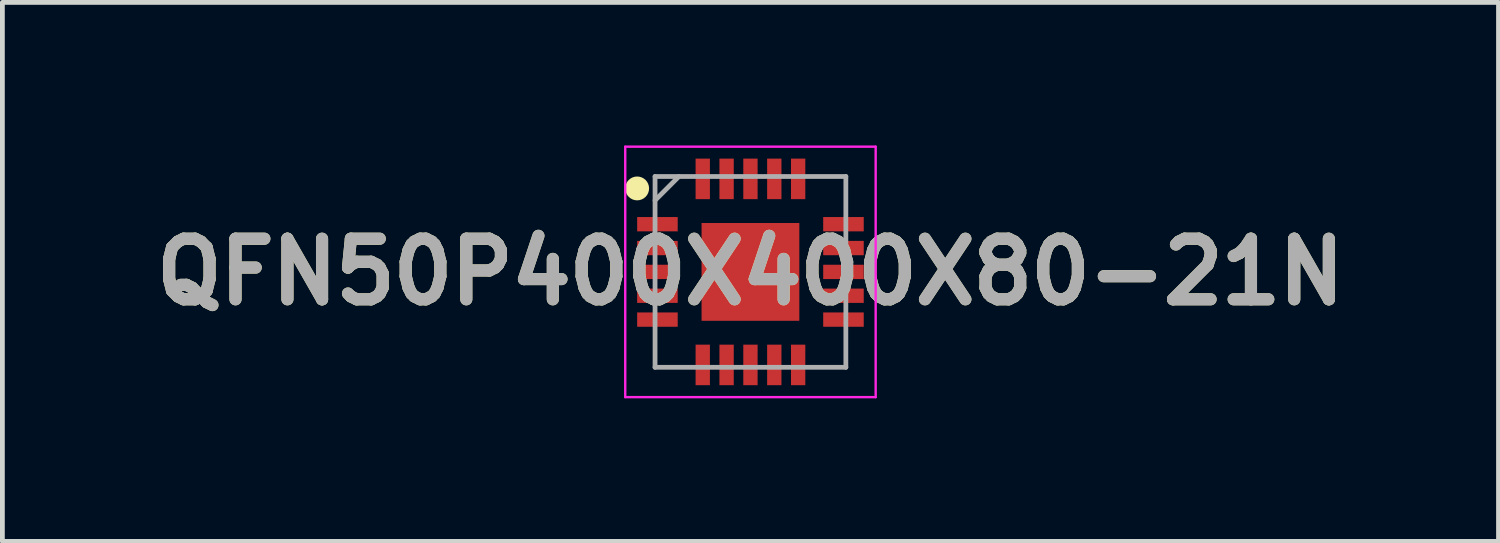
<source format=kicad_pcb>
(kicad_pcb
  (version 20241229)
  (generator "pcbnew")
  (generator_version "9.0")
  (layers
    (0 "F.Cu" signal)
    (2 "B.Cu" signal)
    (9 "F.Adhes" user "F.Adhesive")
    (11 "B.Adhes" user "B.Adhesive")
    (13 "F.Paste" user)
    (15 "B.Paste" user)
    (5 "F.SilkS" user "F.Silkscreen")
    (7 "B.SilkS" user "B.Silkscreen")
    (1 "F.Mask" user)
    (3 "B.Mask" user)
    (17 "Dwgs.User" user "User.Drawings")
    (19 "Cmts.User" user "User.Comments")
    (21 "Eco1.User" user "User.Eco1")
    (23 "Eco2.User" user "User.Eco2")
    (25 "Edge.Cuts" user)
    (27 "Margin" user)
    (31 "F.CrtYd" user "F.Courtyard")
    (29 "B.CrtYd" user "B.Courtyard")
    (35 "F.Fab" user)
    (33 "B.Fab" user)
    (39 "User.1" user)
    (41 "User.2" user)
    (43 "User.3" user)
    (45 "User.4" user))
  (footprint "QFN50P400X400X80-21N"
    (layer "F.Cu")
    (at 12.682 2.65)
    (property "Reference" "QFN50P400X400X80-21N" (at 0 0 0) (layer "F.SilkS") (effects (font (size 1.27 1.27) (thickness 0.254))))
    (attr smd)
    (fp_circle (center -2.375 -1.75) (end -2.375 -1.625) (stroke (width 0.25) (type solid)) (fill no) (layer "F.SilkS"))
    (fp_line (start -2.625 -2.625) (end 2.625 -2.625) (stroke (width 0.05) (type solid)) (layer "F.CrtYd"))
    (fp_line (start -2.625 2.625) (end -2.625 -2.625) (stroke (width 0.05) (type solid)) (layer "F.CrtYd"))
    (fp_line (start 2.625 -2.625) (end 2.625 2.625) (stroke (width 0.05) (type solid)) (layer "F.CrtYd"))
    (fp_line (start 2.625 2.625) (end -2.625 2.625) (stroke (width 0.05) (type solid)) (layer "F.CrtYd"))
    (fp_line (start -2 -2) (end 2 -2) (stroke (width 0.1) (type solid)) (layer "F.Fab"))
    (fp_line (start -2 -1.5) (end -1.5 -2) (stroke (width 0.1) (type solid)) (layer "F.Fab"))
    (fp_line (start -2 2) (end -2 -2) (stroke (width 0.1) (type solid)) (layer "F.Fab"))
    (fp_line (start 2 -2) (end 2 2) (stroke (width 0.1) (type solid)) (layer "F.Fab"))
    (fp_line (start 2 2) (end -2 2) (stroke (width 0.1) (type solid)) (layer "F.Fab"))
    (fp_text user "${REFERENCE}" (at 0 0 0) (layer "F.Fab") (effects (font (size 1.27 1.27) (thickness 0.254))))
    (pad "1" smd rect (at -1.95 -1 90) (size 0.3 0.85) (layers "F.Cu" "F.Mask" "F.Paste"))
    (pad "2" smd rect (at -1.95 -0.5 90) (size 0.3 0.85) (layers "F.Cu" "F.Mask" "F.Paste"))
    (pad "3" smd rect (at -1.95 0 90) (size 0.3 0.85) (layers "F.Cu" "F.Mask" "F.Paste"))
    (pad "4" smd rect (at -1.95 0.5 90) (size 0.3 0.85) (layers "F.Cu" "F.Mask" "F.Paste"))
    (pad "5" smd rect (at -1.95 1 90) (size 0.3 0.85) (layers "F.Cu" "F.Mask" "F.Paste"))
    (pad "6" smd rect (at -1 1.95) (size 0.3 0.85) (layers "F.Cu" "F.Mask" "F.Paste"))
    (pad "7" smd rect (at -0.5 1.95) (size 0.3 0.85) (layers "F.Cu" "F.Mask" "F.Paste"))
    (pad "8" smd rect (at 0 1.95) (size 0.3 0.85) (layers "F.Cu" "F.Mask" "F.Paste"))
    (pad "9" smd rect (at 0.5 1.95) (size 0.3 0.85) (layers "F.Cu" "F.Mask" "F.Paste"))
    (pad "10" smd rect (at 1 1.95) (size 0.3 0.85) (layers "F.Cu" "F.Mask" "F.Paste"))
    (pad "11" smd rect (at 1.95 1 90) (size 0.3 0.85) (layers "F.Cu" "F.Mask" "F.Paste"))
    (pad "12" smd rect (at 1.95 0.5 90) (size 0.3 0.85) (layers "F.Cu" "F.Mask" "F.Paste"))
    (pad "13" smd rect (at 1.95 0 90) (size 0.3 0.85) (layers "F.Cu" "F.Mask" "F.Paste"))
    (pad "14" smd rect (at 1.95 -0.5 90) (size 0.3 0.85) (layers "F.Cu" "F.Mask" "F.Paste"))
    (pad "15" smd rect (at 1.95 -1 90) (size 0.3 0.85) (layers "F.Cu" "F.Mask" "F.Paste"))
    (pad "16" smd rect (at 1 -1.95) (size 0.3 0.85) (layers "F.Cu" "F.Mask" "F.Paste"))
    (pad "17" smd rect (at 0.5 -1.95) (size 0.3 0.85) (layers "F.Cu" "F.Mask" "F.Paste"))
    (pad "18" smd rect (at 0 -1.95) (size 0.3 0.85) (layers "F.Cu" "F.Mask" "F.Paste"))
    (pad "19" smd rect (at -0.5 -1.95) (size 0.3 0.85) (layers "F.Cu" "F.Mask" "F.Paste"))
    (pad "20" smd rect (at -1 -1.95) (size 0.3 0.85) (layers "F.Cu" "F.Mask" "F.Paste"))
    (pad "21" smd rect (at 0 0) (size 2.05 2.05) (layers "F.Cu" "F.Mask" "F.Paste")))
  (gr_rect
    (start -3 -3)
    (end 28.364 8.3)
    (stroke (width 0.1) (type default))
    (fill no)
    (layer "Edge.Cuts")))
</source>
